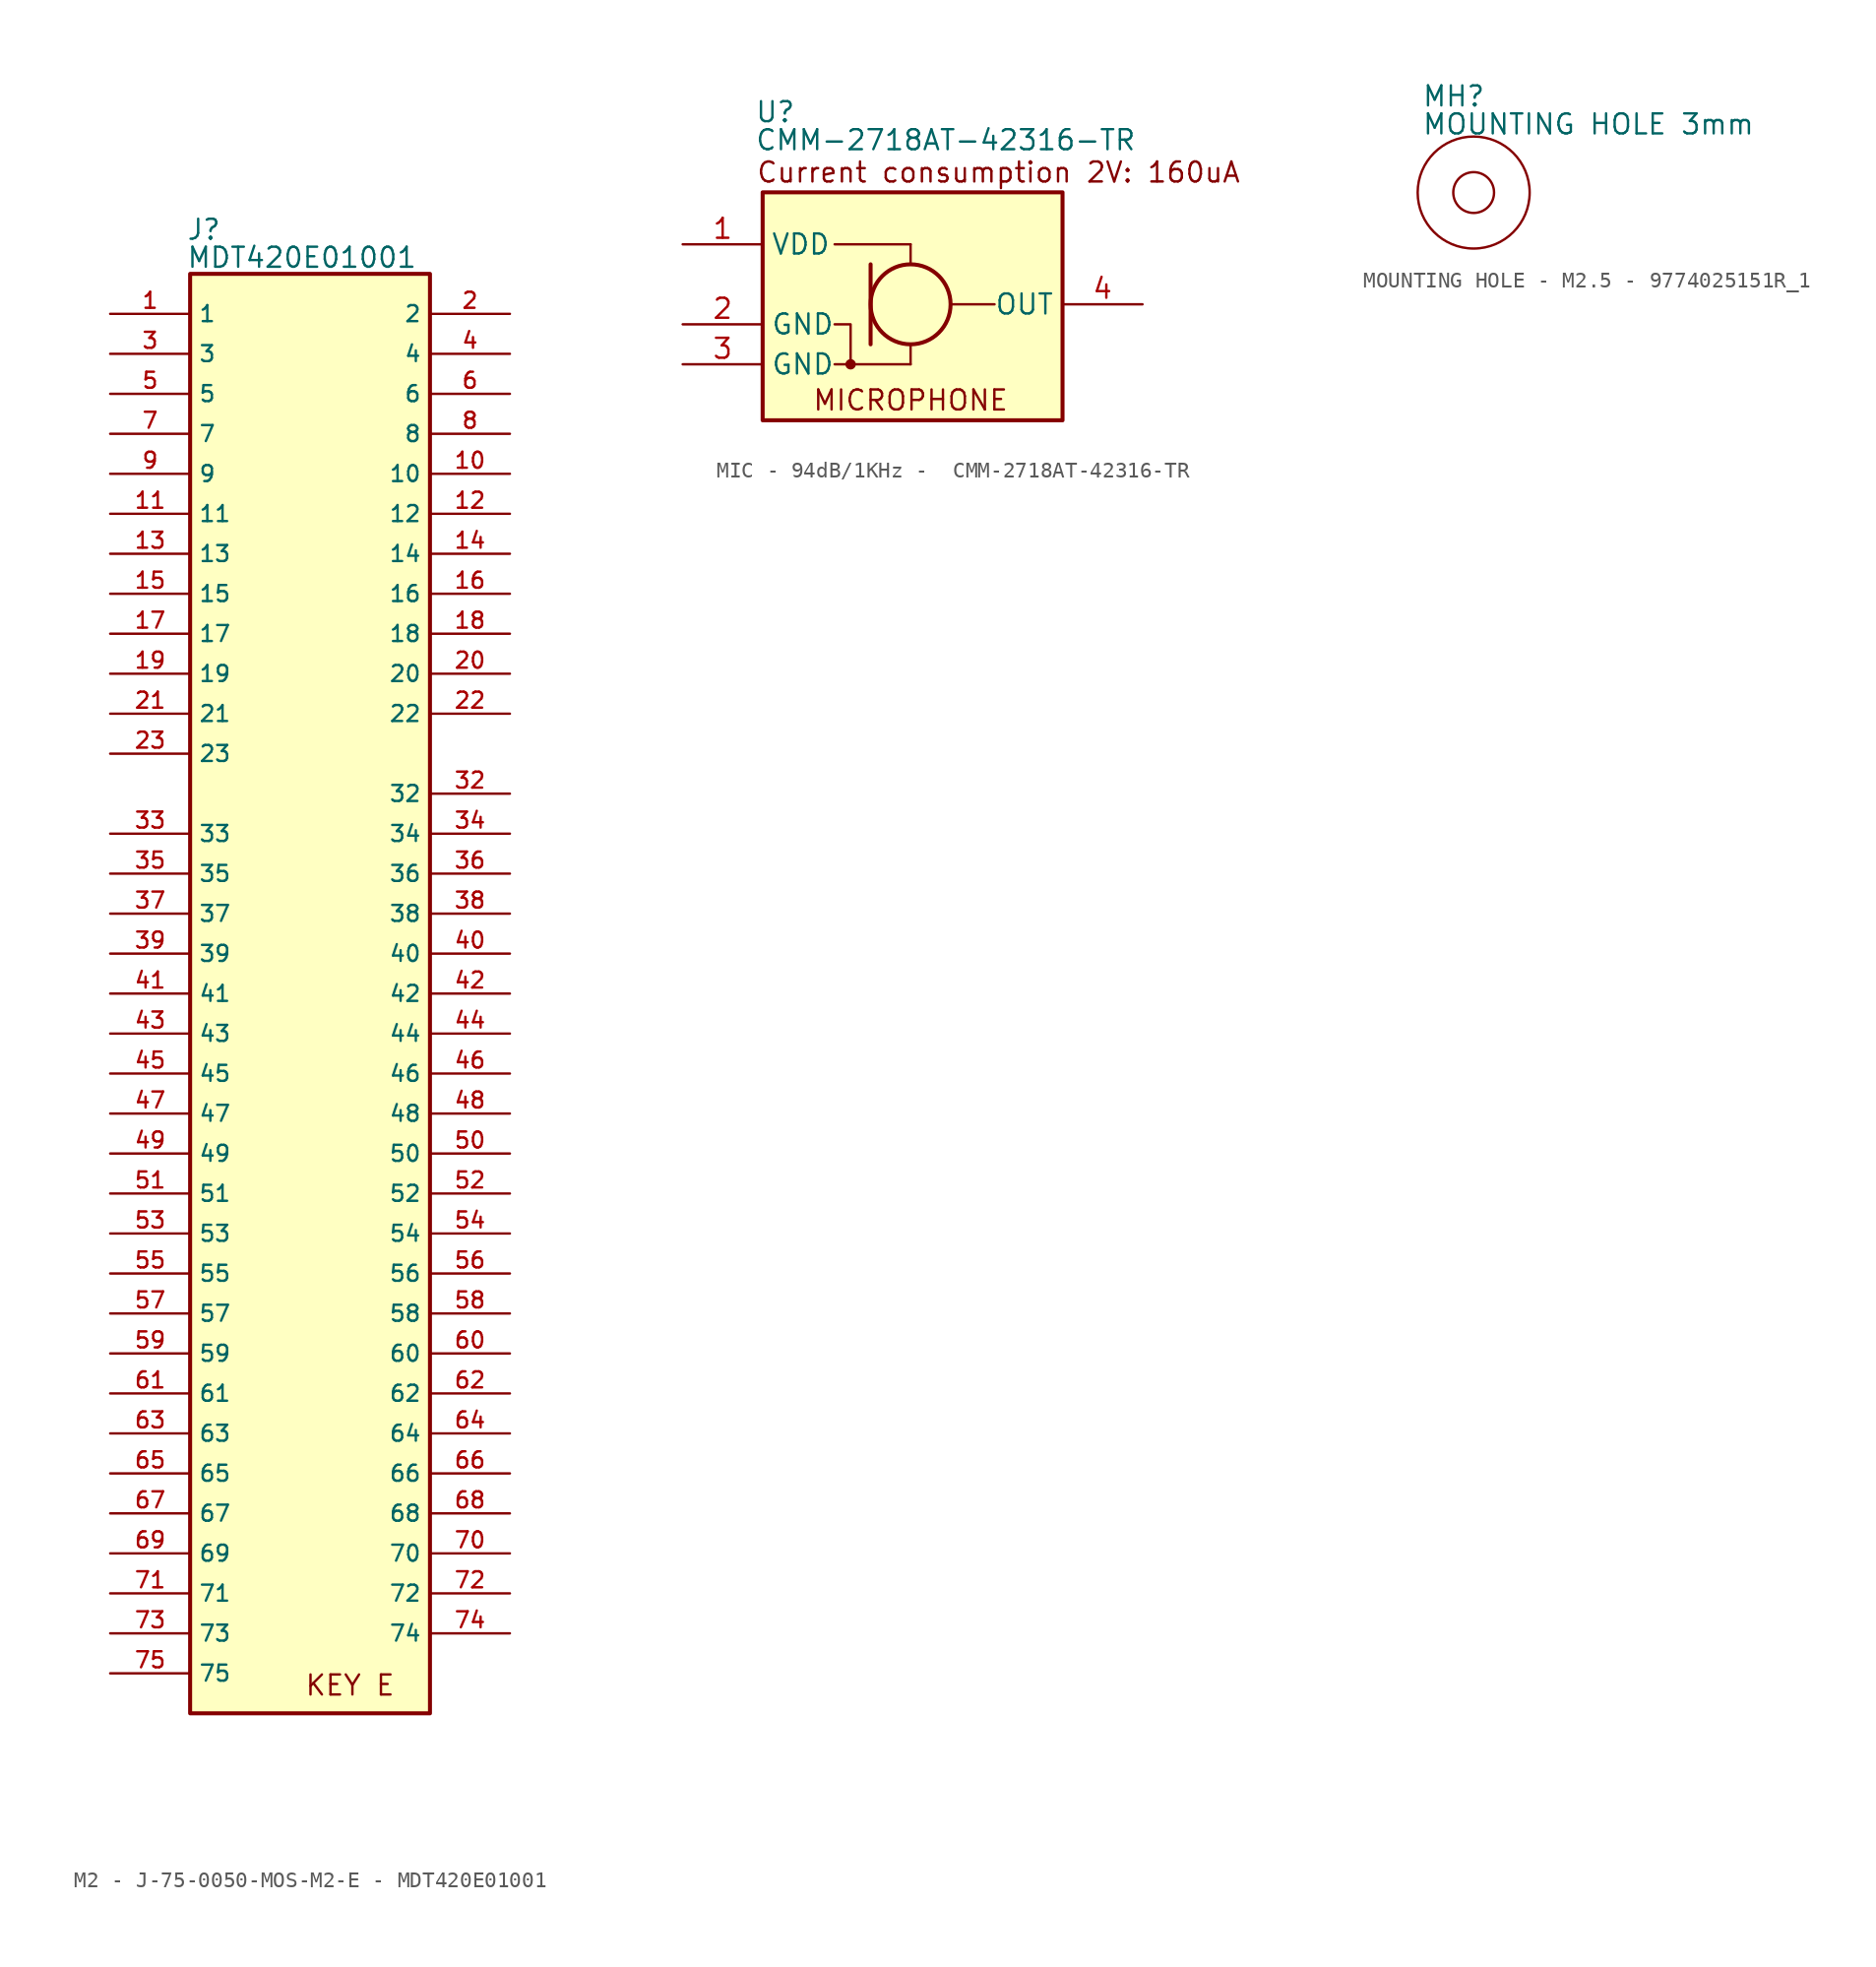
<source format=kicad_sym>
(kicad_symbol_lib
  (version 20241209)
  (generator "kicad_symbol_editor")
  (generator_version "9.0")
  (symbol "M2 - J-75-0050-MOS-M2-E - MDT420E01001"
    (property "Reference" "J"
      (at -6.604 48.006 0)
      (effects (font (size 1.27 1.27)) (justify left top)))
    (property "Value" "MDT420E01001"
      (at -6.604 46.228 0)
      (effects (font (size 1.27 1.27)) (justify left top)))
    (symbol "M2 - J-75-0050-MOS-M2-E - MDT420E01001_0_0"
      (rectangle (start -6.35 44.45) (end 8.89 -46.99) (stroke (width 0.254) (type default)) (fill (type background)))
      (pin passive line (at -11.43 41.91 0) (length 5.08) (name "1" (effects (font (size 1.016 1.016)))) (number "1" (effects (font (size 1.016 1.016)))))
      (pin passive line (at -11.43 39.37 0) (length 5.08) (name "3" (effects (font (size 1.016 1.016)))) (number "3" (effects (font (size 1.016 1.016)))))
      (pin passive line (at -11.43 36.83 0) (length 5.08) (name "5" (effects (font (size 1.016 1.016)))) (number "5" (effects (font (size 1.016 1.016)))))
      (pin passive line (at -11.43 34.29 0) (length 5.08) (name "7" (effects (font (size 1.016 1.016)))) (number "7" (effects (font (size 1.016 1.016)))))
      (pin passive line (at -11.43 31.75 0) (length 5.08) (name "9" (effects (font (size 1.016 1.016)))) (number "9" (effects (font (size 1.016 1.016)))))
      (pin passive line (at -11.43 29.21 0) (length 5.08) (name "11" (effects (font (size 1.016 1.016)))) (number "11" (effects (font (size 1.016 1.016)))))
      (pin passive line (at -11.43 26.67 0) (length 5.08) (name "13" (effects (font (size 1.016 1.016)))) (number "13" (effects (font (size 1.016 1.016)))))
      (pin passive line (at -11.43 24.13 0) (length 5.08) (name "15" (effects (font (size 1.016 1.016)))) (number "15" (effects (font (size 1.016 1.016)))))
      (pin passive line (at -11.43 21.59 0) (length 5.08) (name "17" (effects (font (size 1.016 1.016)))) (number "17" (effects (font (size 1.016 1.016)))))
      (pin passive line (at -11.43 19.05 0) (length 5.08) (name "19" (effects (font (size 1.016 1.016)))) (number "19" (effects (font (size 1.016 1.016)))))
      (pin passive line (at -11.43 16.51 0) (length 5.08) (name "21" (effects (font (size 1.016 1.016)))) (number "21" (effects (font (size 1.016 1.016)))))
      (pin passive line (at -11.43 13.97 0) (length 5.08) (name "23" (effects (font (size 1.016 1.016)))) (number "23" (effects (font (size 1.016 1.016)))))
      (pin passive line (at -11.43 8.89 0) (length 5.08) (name "33" (effects (font (size 1.016 1.016)))) (number "33" (effects (font (size 1.016 1.016)))))
      (pin passive line (at -11.43 6.35 0) (length 5.08) (name "35" (effects (font (size 1.016 1.016)))) (number "35" (effects (font (size 1.016 1.016)))))
      (pin passive line (at -11.43 3.81 0) (length 5.08) (name "37" (effects (font (size 1.016 1.016)))) (number "37" (effects (font (size 1.016 1.016)))))
      (pin passive line (at -11.43 1.27 0) (length 5.08) (name "39" (effects (font (size 1.016 1.016)))) (number "39" (effects (font (size 1.016 1.016)))))
      (pin passive line (at -11.43 -1.27 0) (length 5.08) (name "41" (effects (font (size 1.016 1.016)))) (number "41" (effects (font (size 1.016 1.016)))))
      (pin passive line (at -11.43 -3.81 0) (length 5.08) (name "43" (effects (font (size 1.016 1.016)))) (number "43" (effects (font (size 1.016 1.016)))))
      (pin passive line (at -11.43 -6.35 0) (length 5.08) (name "45" (effects (font (size 1.016 1.016)))) (number "45" (effects (font (size 1.016 1.016)))))
      (pin passive line (at -11.43 -8.89 0) (length 5.08) (name "47" (effects (font (size 1.016 1.016)))) (number "47" (effects (font (size 1.016 1.016)))))
      (pin passive line (at -11.43 -11.43 0) (length 5.08) (name "49" (effects (font (size 1.016 1.016)))) (number "49" (effects (font (size 1.016 1.016)))))
      (pin passive line (at -11.43 -13.97 0) (length 5.08) (name "51" (effects (font (size 1.016 1.016)))) (number "51" (effects (font (size 1.016 1.016)))))
      (pin passive line (at -11.43 -16.51 0) (length 5.08) (name "53" (effects (font (size 1.016 1.016)))) (number "53" (effects (font (size 1.016 1.016)))))
      (pin passive line (at -11.43 -19.05 0) (length 5.08) (name "55" (effects (font (size 1.016 1.016)))) (number "55" (effects (font (size 1.016 1.016)))))
      (pin passive line (at -11.43 -21.59 0) (length 5.08) (name "57" (effects (font (size 1.016 1.016)))) (number "57" (effects (font (size 1.016 1.016)))))
      (pin passive line (at -11.43 -24.13 0) (length 5.08) (name "59" (effects (font (size 1.016 1.016)))) (number "59" (effects (font (size 1.016 1.016)))))
      (pin passive line (at -11.43 -26.67 0) (length 5.08) (name "61" (effects (font (size 1.016 1.016)))) (number "61" (effects (font (size 1.016 1.016)))))
      (pin passive line (at -11.43 -29.21 0) (length 5.08) (name "63" (effects (font (size 1.016 1.016)))) (number "63" (effects (font (size 1.016 1.016)))))
      (pin passive line (at -11.43 -31.75 0) (length 5.08) (name "65" (effects (font (size 1.016 1.016)))) (number "65" (effects (font (size 1.016 1.016)))))
      (pin passive line (at -11.43 -34.29 0) (length 5.08) (name "67" (effects (font (size 1.016 1.016)))) (number "67" (effects (font (size 1.016 1.016)))))
      (pin passive line (at -11.43 -36.83 0) (length 5.08) (name "69" (effects (font (size 1.016 1.016)))) (number "69" (effects (font (size 1.016 1.016)))))
      (pin passive line (at -11.43 -39.37 0) (length 5.08) (name "71" (effects (font (size 1.016 1.016)))) (number "71" (effects (font (size 1.016 1.016)))))
      (pin passive line (at -11.43 -41.91 0) (length 5.08) (name "73" (effects (font (size 1.016 1.016)))) (number "73" (effects (font (size 1.016 1.016)))))
      (pin passive line (at -11.43 -44.45 0) (length 5.08) (name "75" (effects (font (size 1.016 1.016)))) (number "75" (effects (font (size 1.016 1.016)))))
      (pin passive line (at 13.97 41.91 180) (length 5.08) (name "2" (effects (font (size 1.016 1.016)))) (number "2" (effects (font (size 1.016 1.016)))))
      (pin passive line (at 13.97 39.37 180) (length 5.08) (name "4" (effects (font (size 1.016 1.016)))) (number "4" (effects (font (size 1.016 1.016)))))
      (pin passive line (at 13.97 36.83 180) (length 5.08) (name "6" (effects (font (size 1.016 1.016)))) (number "6" (effects (font (size 1.016 1.016)))))
      (pin passive line (at 13.97 34.29 180) (length 5.08) (name "8" (effects (font (size 1.016 1.016)))) (number "8" (effects (font (size 1.016 1.016)))))
      (pin passive line (at 13.97 31.75 180) (length 5.08) (name "10" (effects (font (size 1.016 1.016)))) (number "10" (effects (font (size 1.016 1.016)))))
      (pin passive line (at 13.97 29.21 180) (length 5.08) (name "12" (effects (font (size 1.016 1.016)))) (number "12" (effects (font (size 1.016 1.016)))))
      (pin passive line (at 13.97 26.67 180) (length 5.08) (name "14" (effects (font (size 1.016 1.016)))) (number "14" (effects (font (size 1.016 1.016)))))
      (pin passive line (at 13.97 24.13 180) (length 5.08) (name "16" (effects (font (size 1.016 1.016)))) (number "16" (effects (font (size 1.016 1.016)))))
      (pin passive line (at 13.97 21.59 180) (length 5.08) (name "18" (effects (font (size 1.016 1.016)))) (number "18" (effects (font (size 1.016 1.016)))))
      (pin passive line (at 13.97 19.05 180) (length 5.08) (name "20" (effects (font (size 1.016 1.016)))) (number "20" (effects (font (size 1.016 1.016)))))
      (pin passive line (at 13.97 16.51 180) (length 5.08) (name "22" (effects (font (size 1.016 1.016)))) (number "22" (effects (font (size 1.016 1.016)))))
      (pin passive line (at 13.97 11.43 180) (length 5.08) (name "32" (effects (font (size 1.016 1.016)))) (number "32" (effects (font (size 1.016 1.016)))))
      (pin passive line (at 13.97 8.89 180) (length 5.08) (name "34" (effects (font (size 1.016 1.016)))) (number "34" (effects (font (size 1.016 1.016)))))
      (pin passive line (at 13.97 6.35 180) (length 5.08) (name "36" (effects (font (size 1.016 1.016)))) (number "36" (effects (font (size 1.016 1.016)))))
      (pin passive line (at 13.97 3.81 180) (length 5.08) (name "38" (effects (font (size 1.016 1.016)))) (number "38" (effects (font (size 1.016 1.016)))))
      (pin passive line (at 13.97 1.27 180) (length 5.08) (name "40" (effects (font (size 1.016 1.016)))) (number "40" (effects (font (size 1.016 1.016)))))
      (pin passive line (at 13.97 -1.27 180) (length 5.08) (name "42" (effects (font (size 1.016 1.016)))) (number "42" (effects (font (size 1.016 1.016)))))
      (pin passive line (at 13.97 -3.81 180) (length 5.08) (name "44" (effects (font (size 1.016 1.016)))) (number "44" (effects (font (size 1.016 1.016)))))
      (pin passive line (at 13.97 -6.35 180) (length 5.08) (name "46" (effects (font (size 1.016 1.016)))) (number "46" (effects (font (size 1.016 1.016)))))
      (pin passive line (at 13.97 -8.89 180) (length 5.08) (name "48" (effects (font (size 1.016 1.016)))) (number "48" (effects (font (size 1.016 1.016)))))
      (pin passive line (at 13.97 -11.43 180) (length 5.08) (name "50" (effects (font (size 1.016 1.016)))) (number "50" (effects (font (size 1.016 1.016)))))
      (pin passive line (at 13.97 -13.97 180) (length 5.08) (name "52" (effects (font (size 1.016 1.016)))) (number "52" (effects (font (size 1.016 1.016)))))
      (pin passive line (at 13.97 -16.51 180) (length 5.08) (name "54" (effects (font (size 1.016 1.016)))) (number "54" (effects (font (size 1.016 1.016)))))
      (pin passive line (at 13.97 -19.05 180) (length 5.08) (name "56" (effects (font (size 1.016 1.016)))) (number "56" (effects (font (size 1.016 1.016)))))
      (pin passive line (at 13.97 -21.59 180) (length 5.08) (name "58" (effects (font (size 1.016 1.016)))) (number "58" (effects (font (size 1.016 1.016)))))
      (pin passive line (at 13.97 -24.13 180) (length 5.08) (name "60" (effects (font (size 1.016 1.016)))) (number "60" (effects (font (size 1.016 1.016)))))
      (pin passive line (at 13.97 -26.67 180) (length 5.08) (name "62" (effects (font (size 1.016 1.016)))) (number "62" (effects (font (size 1.016 1.016)))))
      (pin passive line (at 13.97 -29.21 180) (length 5.08) (name "64" (effects (font (size 1.016 1.016)))) (number "64" (effects (font (size 1.016 1.016)))))
      (pin passive line (at 13.97 -31.75 180) (length 5.08) (name "66" (effects (font (size 1.016 1.016)))) (number "66" (effects (font (size 1.016 1.016)))))
      (pin passive line (at 13.97 -34.29 180) (length 5.08) (name "68" (effects (font (size 1.016 1.016)))) (number "68" (effects (font (size 1.016 1.016)))))
      (pin passive line (at 13.97 -36.83 180) (length 5.08) (name "70" (effects (font (size 1.016 1.016)))) (number "70" (effects (font (size 1.016 1.016)))))
      (pin passive line (at 13.97 -39.37 180) (length 5.08) (name "72" (effects (font (size 1.016 1.016)))) (number "72" (effects (font (size 1.016 1.016)))))
      (pin passive line (at 13.97 -41.91 180) (length 5.08) (name "74" (effects (font (size 1.016 1.016)))) (number "74" (effects (font (size 1.016 1.016))))))
    (symbol "M2 - J-75-0050-MOS-M2-E - MDT420E01001_1_1"
      (text "KEY E\n" (at 3.81 -45.212 0) (effects (font (size 1.27 1.27))))))
  (symbol "MIC - 94dB/1KHz -  CMM-2718AT-42316-TR "
    (property "Reference" "U"
      (at -9.398 12.954 0)
      (effects (font (size 1.27 1.27)) (justify left top)))
    (property "Value" "CMM-2718AT-42316-TR"
      (at -9.398 11.176 0)
      (effects (font (size 1.27 1.27)) (justify left top)))
    (symbol "MIC - 94dB/1KHz -  CMM-2718AT-42316-TR _0_1"
      (polyline (pts (xy -2.032 2.54) (xy -2.032 -2.54)) (stroke (width 0.254) (type default)) (fill (type none)))
      (polyline (pts (xy 0.508 3.81) (xy -4.318 3.81)) (stroke (width 0) (type default)) (fill (type none)))
      (polyline (pts (xy 0.508 3.81) (xy 0.508 2.54)) (stroke (width 0) (type default)) (fill (type none)))
      (circle (center 0.508 0) (radius 2.54) (stroke (width 0.254) (type default)) (fill (type none)))
      (polyline (pts (xy 0.508 -3.81) (xy -4.318 -3.81)) (stroke (width 0) (type default)) (fill (type none)))
      (polyline (pts (xy 0.508 -3.81) (xy 0.508 -2.54)) (stroke (width 0) (type default)) (fill (type none)))
      (polyline (pts (xy 3.048 0) (xy 5.842 0)) (stroke (width 0) (type default)) (fill (type none))))
    (symbol "MIC - 94dB/1KHz -  CMM-2718AT-42316-TR _1_1"
      (rectangle (start -8.89 7.112) (end 10.16 -7.366) (stroke (width 0.254) (type default)) (fill (type background)))
      (circle (center -3.302 -3.81) (radius 0.254) (stroke (width 0) (type default)) (fill (type outline)))
      (polyline (pts (xy -3.302 -3.81) (xy -3.302 -1.27) (xy -4.318 -1.27)) (stroke (width 0) (type default)) (fill (type none)))
      (text "MICROPHONE" (at 0.508 -6.096 0) (effects (font (size 1.27 1.27))))
      (text "Current consumption 2V: 160uA\n" (at 6.096 8.382 0) (effects (font (size 1.27 1.27) (color 132 0 0 1))))
      (pin power_in line (at -13.97 3.81 0) (length 5.08) (name "VDD" (effects (font (size 1.27 1.27)))) (number "1" (effects (font (size 1.27 1.27)))))
      (pin input line (at -13.97 -1.27 0) (length 5.08) (name "GND" (effects (font (size 1.27 1.27)))) (number "2" (effects (font (size 1.27 1.27)))))
      (pin power_in line (at -13.97 -3.81 0) (length 5.08) (name "GND" (effects (font (size 1.27 1.27)))) (number "3" (effects (font (size 1.27 1.27)))))
      (pin bidirectional line (at 15.24 0 180) (length 5.08) (name "OUT" (effects (font (size 1.27 1.27)))) (number "4" (effects (font (size 1.27 1.27)))))))
  (symbol "MOUNTING HOLE - M2.5 - 9774025151R_1"
    (pin_names
      (hide yes))
    (property "Reference" "MH"
      (at -3.302 6.858 0)
      (effects (font (size 1.27 1.27)) (justify left top)))
    (property "Value" "MOUNTING HOLE 3mm"
      (at -3.302 5.08 0)
      (effects (font (size 1.27 1.27)) (justify left top)))
    (symbol "MOUNTING HOLE - M2.5 - 9774025151R_1_0_1"
      (circle (center 0 0) (radius 1.295) (stroke (width 0) (type default)) (fill (type none)))
      (circle (center 0 0) (radius 3.556) (stroke (width 0) (type default)) (fill (type none))))))
</source>
